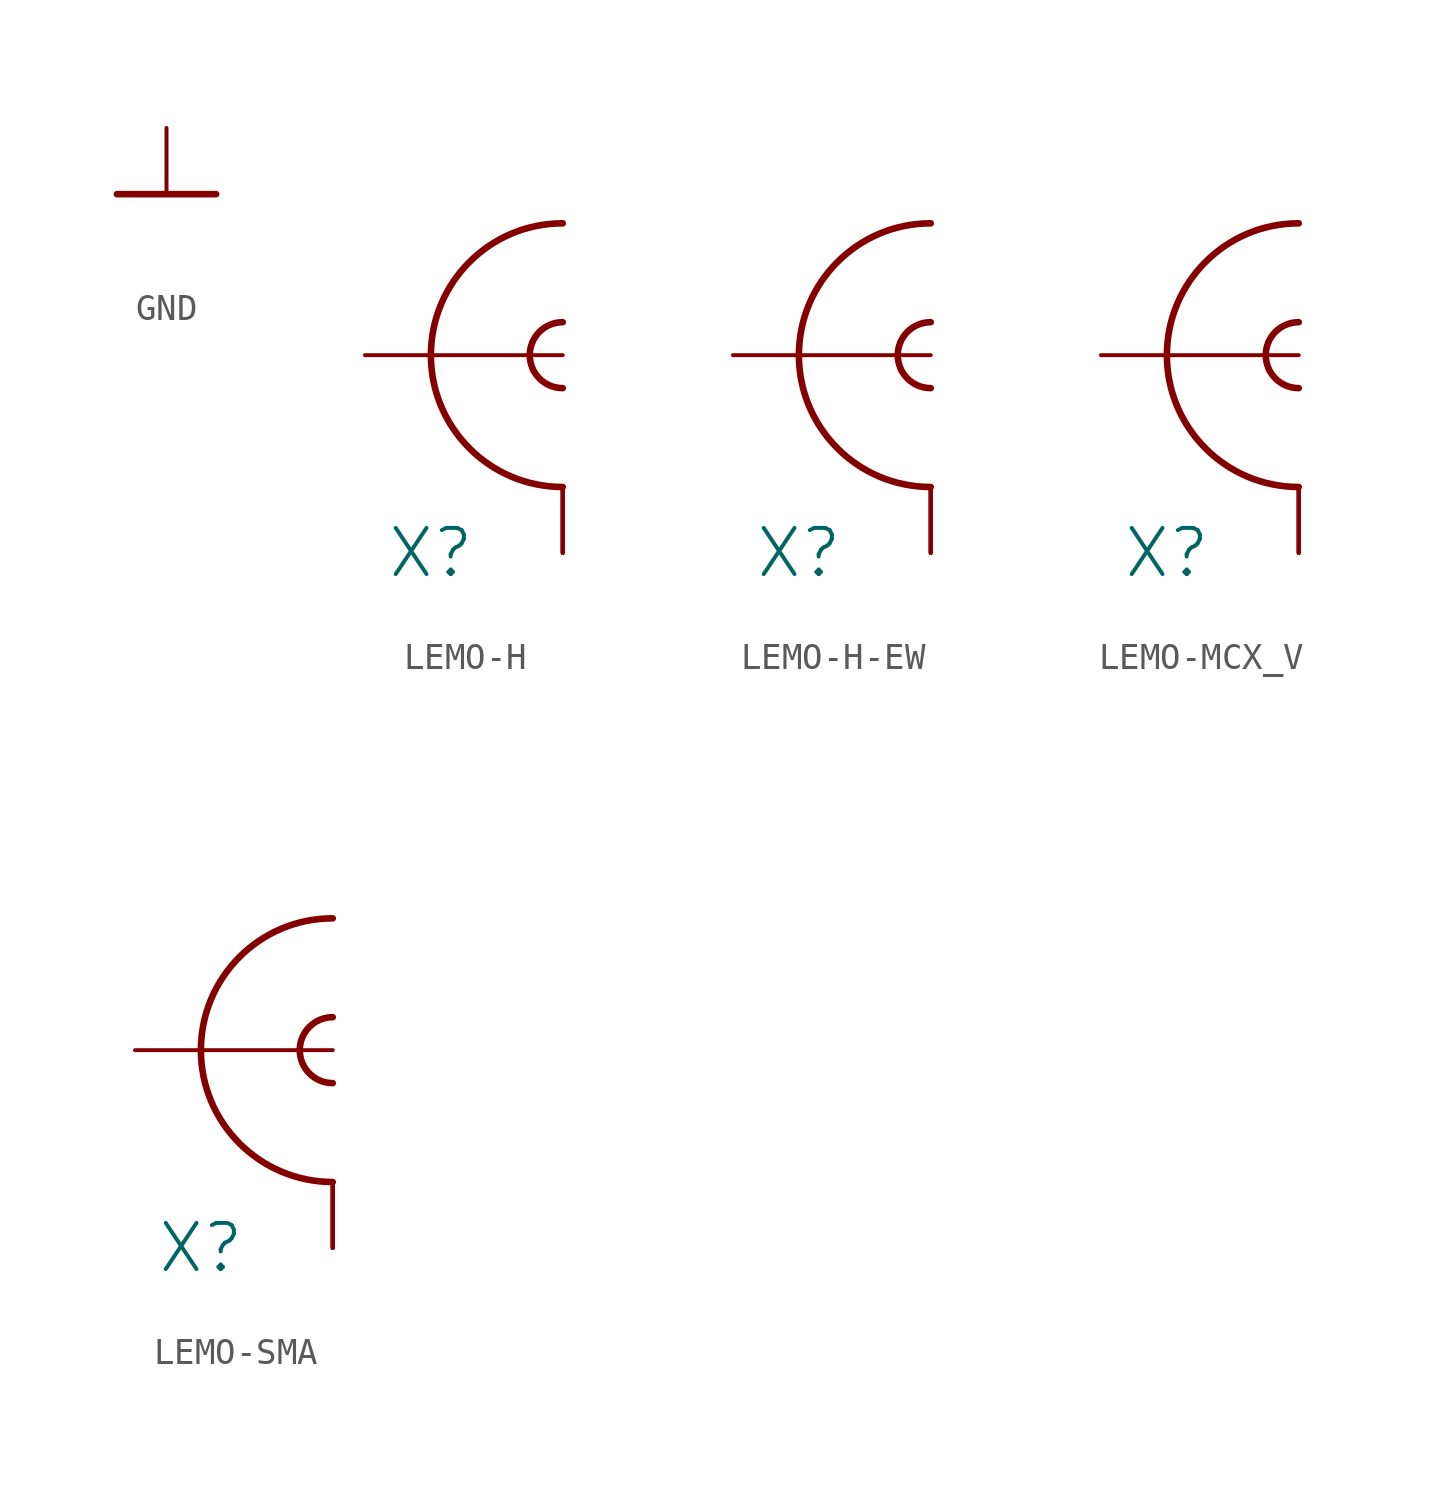
<source format=kicad_sym>
(kicad_symbol_lib
  (version 20231120)
  (generator "kicad_symbol_editor")
  (generator_version "8.0")
  (symbol "GND"
    (power)
    (property "Reference" "#GND"
      (at 0 0 0)
      (effects (font (size 1.27 1.27)) (hide yes)))
    (property "Value" ""
      (at 0 -2.54 0)
      (effects (font (size 1.778 1.778))))
    (property "ki_locked" ""
      (at 0 0 0)
      (effects (font (size 1.27 1.27))))
    (symbol "GND_1_0"
      (polyline (pts (xy -1.905 0) (xy 1.905 0)) (stroke (width 0.254) (type solid)) (fill (type none)))
      (pin power_in line (at 0 2.54 270) (length 2.54) (name "GND" (effects (font (size 0 0)))) (number "1" (effects (font (size 0 0)))))))
  (symbol "LEMO-H"
    (property "Reference" "X"
      (at -2.54 -7.62 0)
      (effects (font (size 1.778 1.778))))
    (property "Value" ""
      (at 2.54 7.62 0)
      (effects (font (size 1.778 1.778))))
    (property "ki_locked" ""
      (at 0 0 0)
      (effects (font (size 1.27 1.27))))
    (symbol "LEMO-H_1_0"
      (arc (start 2.54 1.27) (mid 1.27 0) (end 2.54 -1.27) (stroke (width 0.254) (type solid)) (fill (type none)))
      (arc (start 2.54 5.08) (mid -2.54 0) (end 2.54 -5.08) (stroke (width 0.254) (type solid)) (fill (type none)))
      (pin passive line (at -5.08 0 0) (length 7.62) (name "INNER" (effects (font (size 0 0)))) (number "INNER" (effects (font (size 0 0)))))
      (pin passive line (at 2.54 -7.62 90) (length 2.54) (name "SHIELD@2" (effects (font (size 0 0)))) (number "SHIELD@1" (effects (font (size 0 0)))))
      (pin passive line (at 2.54 -7.62 90) (length 2.54) (name "SHIELD@2" (effects (font (size 0 0)))) (number "SHIELD@2" (effects (font (size 0 0)))))
      (pin passive line (at 2.54 -7.62 90) (length 2.54) (name "SHIELD@2" (effects (font (size 0 0)))) (number "SHIELD@3" (effects (font (size 0 0)))))
      (pin passive line (at 2.54 -7.62 90) (length 2.54) (name "SHIELD@2" (effects (font (size 0 0)))) (number "SHIELD@4" (effects (font (size 0 0)))))))
  (symbol "LEMO-H-EW"
    (property "Reference" "X"
      (at -2.54 -7.62 0)
      (effects (font (size 1.778 1.778))))
    (property "Value" ""
      (at 2.54 7.62 0)
      (effects (font (size 1.778 1.778))))
    (property "ki_locked" ""
      (at 0 0 0)
      (effects (font (size 1.27 1.27))))
    (symbol "LEMO-H-EW_1_0"
      (arc (start 2.54 1.27) (mid 1.27 0) (end 2.54 -1.27) (stroke (width 0.254) (type solid)) (fill (type none)))
      (arc (start 2.54 5.08) (mid -2.54 0) (end 2.54 -5.08) (stroke (width 0.254) (type solid)) (fill (type none)))
      (pin passive line (at -5.08 0 0) (length 7.62) (name "INNER" (effects (font (size 0 0)))) (number "INNER" (effects (font (size 0 0)))))
      (pin passive line (at 2.54 -7.62 90) (length 2.54) (name "SHIELD@2" (effects (font (size 0 0)))) (number "SHIELD@1" (effects (font (size 0 0)))))
      (pin passive line (at 2.54 -7.62 90) (length 2.54) (name "SHIELD@2" (effects (font (size 0 0)))) (number "SHIELD@2" (effects (font (size 0 0)))))
      (pin passive line (at 2.54 -7.62 90) (length 2.54) (name "SHIELD@2" (effects (font (size 0 0)))) (number "SHIELD@3" (effects (font (size 0 0)))))
      (pin passive line (at 2.54 -7.62 90) (length 2.54) (name "SHIELD@2" (effects (font (size 0 0)))) (number "SHIELD@4" (effects (font (size 0 0)))))))
  (symbol "LEMO-MCX_V"
    (property "Reference" "X"
      (at -2.54 -7.62 0)
      (effects (font (size 1.778 1.778))))
    (property "Value" ""
      (at 2.54 7.62 0)
      (effects (font (size 1.778 1.778))))
    (property "ki_locked" ""
      (at 0 0 0)
      (effects (font (size 1.27 1.27))))
    (symbol "LEMO-MCX_V_1_0"
      (arc (start 2.54 1.27) (mid 1.27 0) (end 2.54 -1.27) (stroke (width 0.254) (type solid)) (fill (type none)))
      (arc (start 2.54 5.08) (mid -2.54 0) (end 2.54 -5.08) (stroke (width 0.254) (type solid)) (fill (type none)))
      (pin passive line (at -5.08 0 0) (length 7.62) (name "INNER" (effects (font (size 0 0)))) (number "I" (effects (font (size 0 0)))))
      (pin passive line (at 2.54 -7.62 90) (length 2.54) (name "SHIELD@2" (effects (font (size 0 0)))) (number "S1" (effects (font (size 0 0)))))
      (pin passive line (at 2.54 -7.62 90) (length 2.54) (name "SHIELD@2" (effects (font (size 0 0)))) (number "S2" (effects (font (size 0 0)))))
      (pin passive line (at 2.54 -7.62 90) (length 2.54) (name "SHIELD@2" (effects (font (size 0 0)))) (number "S3" (effects (font (size 0 0)))))
      (pin passive line (at 2.54 -7.62 90) (length 2.54) (name "SHIELD@2" (effects (font (size 0 0)))) (number "S4" (effects (font (size 0 0)))))))
  (symbol "LEMO-SMA"
    (property "Reference" "X"
      (at -2.54 -7.62 0)
      (effects (font (size 1.778 1.778))))
    (property "Value" ""
      (at 2.54 7.62 0)
      (effects (font (size 1.778 1.778))))
    (property "ki_locked" ""
      (at 0 0 0)
      (effects (font (size 1.27 1.27))))
    (symbol "LEMO-SMA_1_0"
      (arc (start 2.54 1.27) (mid 1.27 0) (end 2.54 -1.27) (stroke (width 0.254) (type solid)) (fill (type none)))
      (arc (start 2.54 5.08) (mid -2.54 0) (end 2.54 -5.08) (stroke (width 0.254) (type solid)) (fill (type none)))
      (pin passive line (at -5.08 0 0) (length 7.62) (name "INNER" (effects (font (size 0 0)))) (number "1" (effects (font (size 0 0)))))
      (pin passive line (at 2.54 -7.62 90) (length 2.54) (name "SHIELD@2" (effects (font (size 0 0)))) (number "2GND" (effects (font (size 0 0)))))
      (pin passive line (at 2.54 -7.62 90) (length 2.54) (name "SHIELD@2" (effects (font (size 0 0)))) (number "3GND" (effects (font (size 0 0)))))
      (pin passive line (at 2.54 -7.62 90) (length 2.54) (name "SHIELD@2" (effects (font (size 0 0)))) (number "4GND" (effects (font (size 0 0)))))
      (pin passive line (at 2.54 -7.62 90) (length 2.54) (name "SHIELD@2" (effects (font (size 0 0)))) (number "5GND" (effects (font (size 0 0))))))))
</source>
